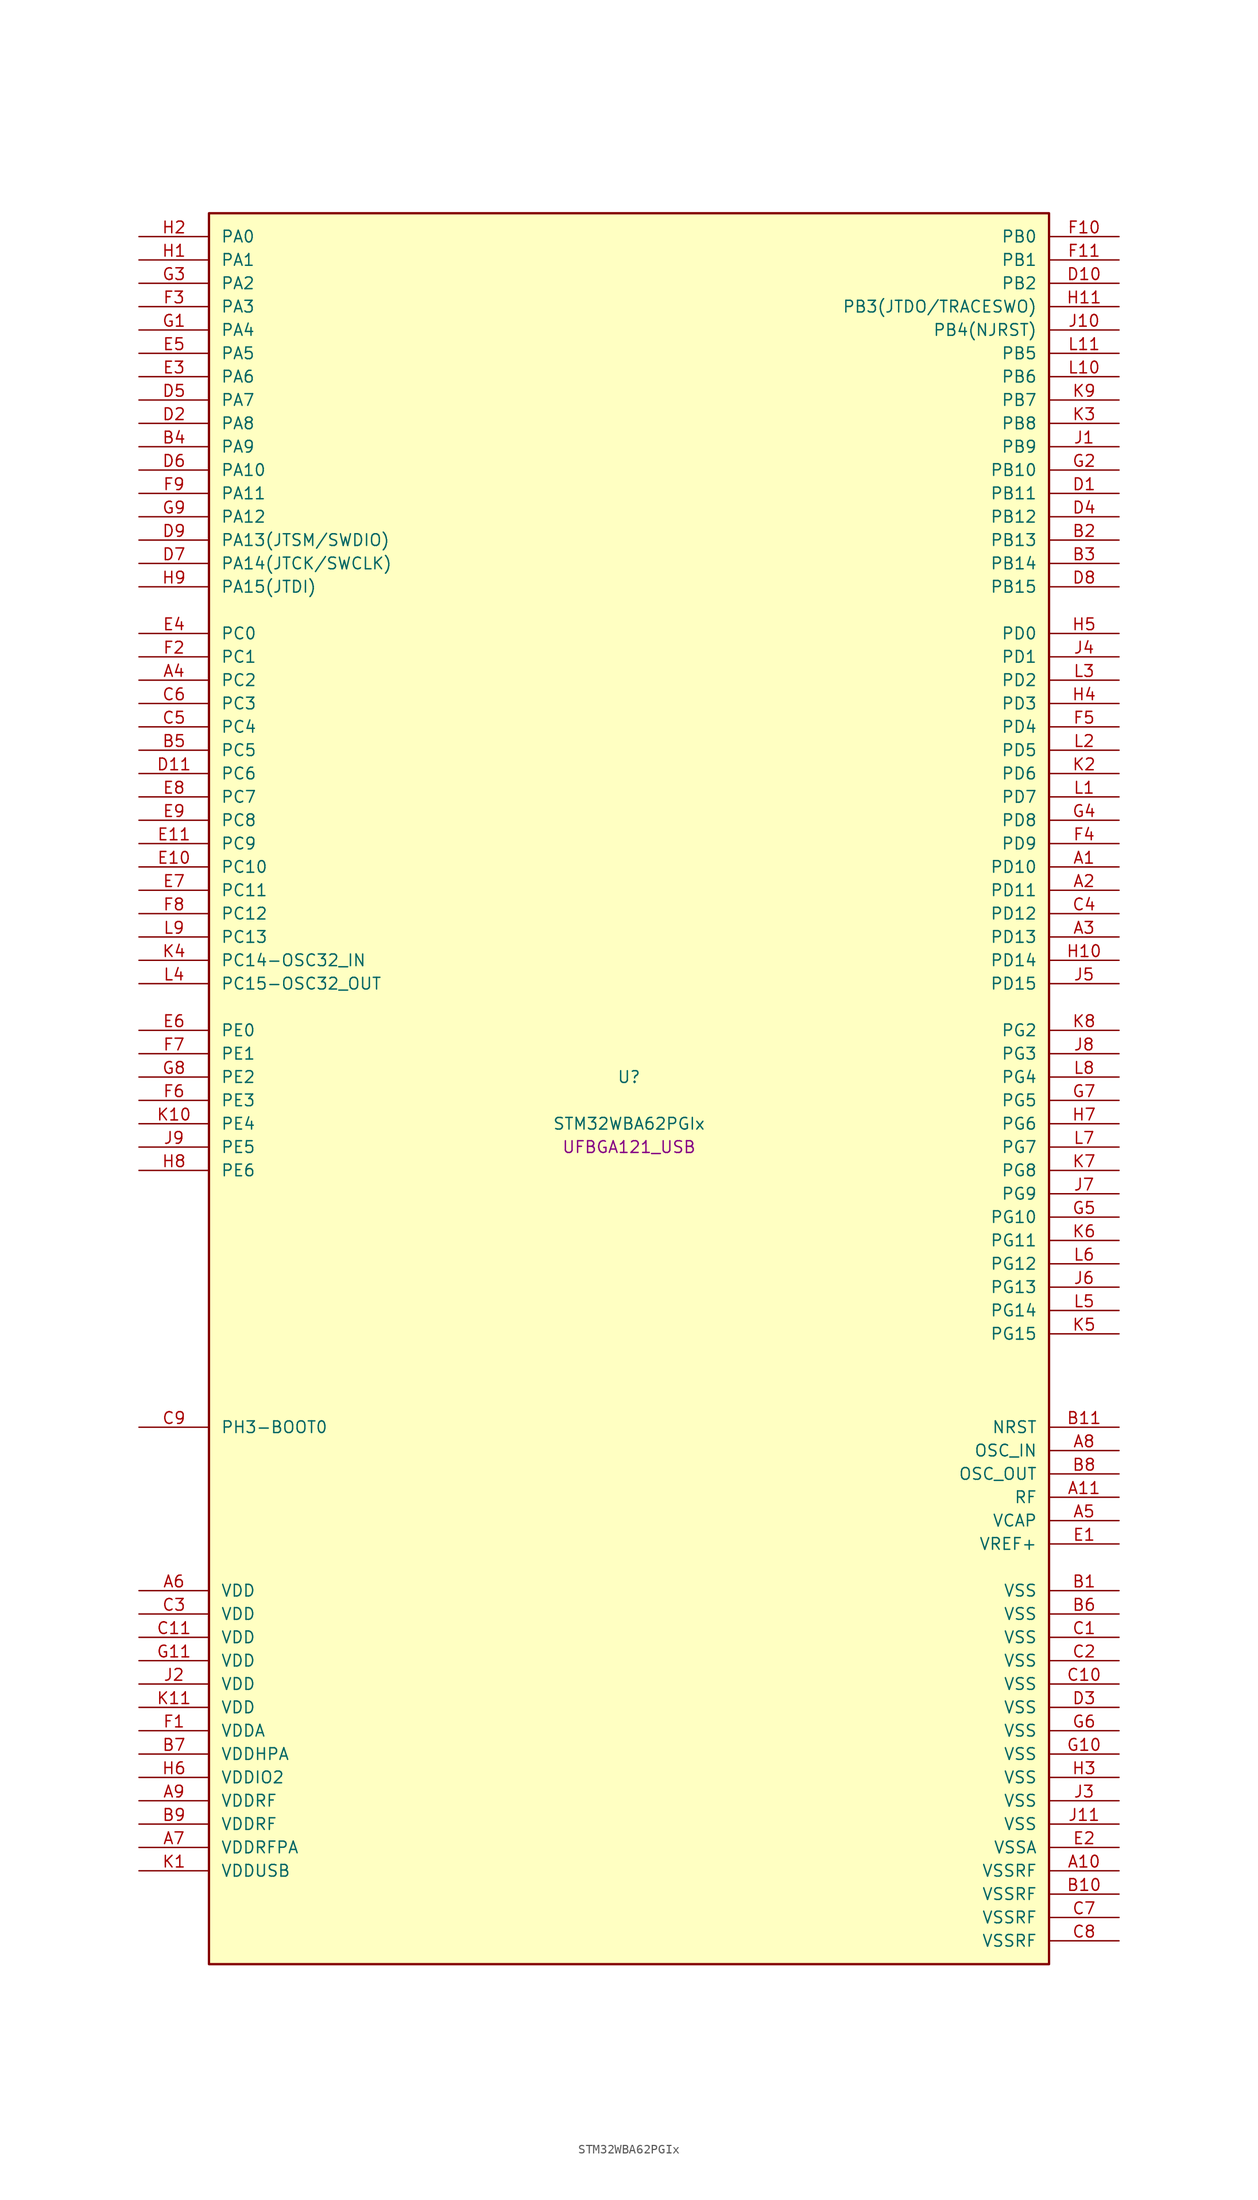
<source format=kicad_sym>
(kicad_symbol_lib
  (version 20241209)
  (generator "stm32_pkl_generator")
  (generator_version "1.0")
  (symbol "STM32WBA62PGIx"
    (pin_names
      (offset 1.27))
    (property "Reference" "U"
      (at 0 2.54 0))
    (property "Value" "STM32WBA62PGIx"
      (at 0 -2.54 0))
    (property "Footprint" "UFBGA121_USB"
      (at 0 -5.08 0))
    (symbol "STM32WBA62PGIx_1_1"
      (rectangle (start -45.72 96.52) (end 45.72 -93.98) (stroke (width 0.254) (type solid)) (fill (type background)))
      (pin bidirectional line (at -53.34 93.98 0) (length 7.62) (name "PA0") (number "H2") (alternate "PA0/ADC4_IN9" bidirectional line) (alternate "PA0/COMP2_INP" bidirectional line) (alternate "PA0/LPTIM1_IN1" bidirectional line) (alternate "PA0/LPUART1_CTS" bidirectional line) (alternate "PA0/PWR_WKUP1" bidirectional line) (alternate "PA0/SPI3_SCK" bidirectional line) (alternate "PA0/TIM1_CH2N" bidirectional line) (alternate "PA0/TIM3_CH3" bidirectional line) (alternate "PA0/TIM3_ETR" bidirectional line) (alternate "PA0/TSC_G2_IO2" bidirectional line))
      (pin bidirectional line (at -53.34 91.44 0) (length 7.62) (name "PA1") (number "H1") (alternate "PA1/ADC4_IN8" bidirectional line) (alternate "PA1/COMP1_INM" bidirectional line) (alternate "PA1/LPTIM2_CH2" bidirectional line) (alternate "PA1/LPUART1_RX" bidirectional line) (alternate "PA1/PWR_WKUP3" bidirectional line) (alternate "PA1/SAI1_CK1" bidirectional line) (alternate "PA1/SPI1_RDY" bidirectional line) (alternate "PA1/SPI3_MISO" bidirectional line) (alternate "PA1/TIM17_CH1" bidirectional line) (alternate "PA1/TIM1_CH1N" bidirectional line) (alternate "PA1/TIM3_CH2" bidirectional line) (alternate "PA1/TSC_G2_IO1" bidirectional line) (alternate "PA1/USART1_CK" bidirectional line))
      (pin bidirectional line (at -53.34 88.9 0) (length 7.62) (name "PA2") (number "G3") (alternate "PA2/ADC4_IN7" bidirectional line) (alternate "PA2/COMP1_INP" bidirectional line) (alternate "PA2/LPUART1_TX" bidirectional line) (alternate "PA2/PWR_WKUP4" bidirectional line) (alternate "PA2/RCC_LSCO" bidirectional line) (alternate "PA2/SAI1_D1" bidirectional line) (alternate "PA2/TIM16_CH1" bidirectional line) (alternate "PA2/TIM1_BKIN" bidirectional line) (alternate "PA2/TIM3_CH1" bidirectional line) (alternate "PA2/TSC_G4_IO4" bidirectional line) (alternate "PA2/USART1_DE" bidirectional line) (alternate "PA2/USART1_RTS" bidirectional line))
      (pin bidirectional line (at -53.34 86.36 0) (length 7.62) (name "PA3") (number "F3") (alternate "PA3/ADC4_IN6" bidirectional line) (alternate "PA3/PWR_WKUP5" bidirectional line) (alternate "PA3/TIM16_CH1N" bidirectional line) (alternate "PA3/TSC_G4_IO2" bidirectional line) (alternate "PA3/USART1_DE" bidirectional line) (alternate "PA3/USART1_RTS" bidirectional line))
      (pin bidirectional line (at -53.34 83.82 0) (length 7.62) (name "PA4") (number "G1") (alternate "PA4/ADC4_IN5" bidirectional line) (alternate "PA4/AUDIOCLK" bidirectional line) (alternate "PA4/PWR_WKUP2" bidirectional line) (alternate "PA4/TAMP_IN6" bidirectional line) (alternate "PA4/TAMP_OUT3" bidirectional line) (alternate "PA4/TIM16_CH1" bidirectional line) (alternate "PA4/TSC_G4_IO1" bidirectional line) (alternate "PA4/USART1_CTS" bidirectional line))
      (pin bidirectional line (at -53.34 81.28 0) (length 7.62) (name "PA5") (number "E5") (alternate "PA5/ADC4_IN4" bidirectional line) (alternate "PA5/AUDIOCLK" bidirectional line) (alternate "PA5/LPTIM2_ETR" bidirectional line) (alternate "PA5/PWR_CSLEEP" bidirectional line) (alternate "PA5/PWR_WKUP6" bidirectional line) (alternate "PA5/SAI1_D2" bidirectional line) (alternate "PA5/SPI3_NSS" bidirectional line) (alternate "PA5/TIM2_CH1" bidirectional line) (alternate "PA5/TIM2_ETR" bidirectional line) (alternate "PA5/TSC_G1_IO4" bidirectional line) (alternate "PA5/USART1_CK" bidirectional line) (alternate "PA5/USART3_RX" bidirectional line))
      (pin bidirectional line (at -53.34 78.74 0) (length 7.62) (name "PA6") (number "E3") (alternate "PA6/ADC4_IN3" bidirectional line) (alternate "PA6/I2C3_SCL" bidirectional line) (alternate "PA6/PWR_CSTOP" bidirectional line) (alternate "PA6/PWR_WKUP7" bidirectional line) (alternate "PA6/SAI1_CK2" bidirectional line) (alternate "PA6/SAI1_MCLK_A" bidirectional line) (alternate "PA6/SPI3_RDY" bidirectional line) (alternate "PA6/TIM2_CH4" bidirectional line) (alternate "PA6/TSC_G1_IO3" bidirectional line) (alternate "PA6/USART1_DE" bidirectional line) (alternate "PA6/USART1_RTS" bidirectional line) (alternate "PA6/USART3_CTS" bidirectional line))
      (pin bidirectional line (at -53.34 76.2 0) (length 7.62) (name "PA7") (number "D5") (alternate "PA7/ADC4_IN2" bidirectional line) (alternate "PA7/COMP1_OUT" bidirectional line) (alternate "PA7/I2C3_SDA" bidirectional line) (alternate "PA7/PWR_WKUP8" bidirectional line) (alternate "PA7/SAI1_SCK_A" bidirectional line) (alternate "PA7/SPI3_SCK" bidirectional line) (alternate "PA7/TAMP_IN1" bidirectional line) (alternate "PA7/TAMP_OUT2" bidirectional line) (alternate "PA7/TIM2_CH3" bidirectional line) (alternate "PA7/TSC_G1_IO2" bidirectional line) (alternate "PA7/USART1_CTS" bidirectional line) (alternate "PA7/USART3_TX" bidirectional line))
      (pin bidirectional line (at -53.34 73.66 0) (length 7.62) (name "PA8") (number "D2") (alternate "PA8/ADC4_IN1" bidirectional line) (alternate "PA8/LPTIM1_CH2" bidirectional line) (alternate "PA8/RCC_MCO" bidirectional line) (alternate "PA8/SAI1_FS_A" bidirectional line) (alternate "PA8/SPI3_RDY" bidirectional line) (alternate "PA8/TIM2_CH2" bidirectional line) (alternate "PA8/TSC_G1_IO1" bidirectional line) (alternate "PA8/USART1_RX" bidirectional line) (alternate "PA8/USB_OTG_HS_SOF" bidirectional line))
      (pin bidirectional line (at -53.34 71.12 0) (length 7.62) (name "PA9") (number "B4") (alternate "PA9/LPUART1_DE" bidirectional line) (alternate "PA9/LPUART1_RTS" bidirectional line) (alternate "PA9/SAI1_CK1" bidirectional line) (alternate "PA9/SPI2_MISO" bidirectional line) (alternate "PA9/SPI2_SCK" bidirectional line) (alternate "PA9/TIM3_CH2" bidirectional line))
      (pin bidirectional line (at -53.34 68.58 0) (length 7.62) (name "PA10") (number "D6") (alternate "PA10/LPUART1_RX" bidirectional line) (alternate "PA10/SAI1_D1" bidirectional line) (alternate "PA10/SPI2_NSS" bidirectional line) (alternate "PA10/TIM3_CH1" bidirectional line))
      (pin bidirectional line (at -53.34 66.04 0) (length 7.62) (name "PA11") (number "F9") (alternate "PA11/LPTIM2_CH1" bidirectional line) (alternate "PA11/RF_ANTSW1" bidirectional line) (alternate "PA11/TIM1_CH1" bidirectional line) (alternate "PA11/USART2_RX" bidirectional line))
      (pin bidirectional line (at -53.34 63.5 0) (length 7.62) (name "PA12") (number "G9") (alternate "PA12/COMP2_OUT" bidirectional line) (alternate "PA12/PTA_STATUS" bidirectional line) (alternate "PA12/PWR_WKUP6" bidirectional line) (alternate "PA12/RF_ANTSW0" bidirectional line) (alternate "PA12/SPI1_NSS" bidirectional line) (alternate "PA12/TIM1_CH2" bidirectional line) (alternate "PA12/TSC_G3_IO4" bidirectional line) (alternate "PA12/USART2_TX" bidirectional line))
      (pin bidirectional line (at -53.34 60.96 0) (length 7.62) (name "PA13(JTSM/SWDIO)") (number "D9") (alternate "PA13(JTSM/SWDIO)/DEBUG_JTMS-SWDIO" bidirectional line) (alternate "PA13(JTSM/SWDIO)/IR_OUT" bidirectional line) (alternate "PA13(JTSM/SWDIO)/PTA_PRIORITY" bidirectional line))
      (pin bidirectional line (at -53.34 58.42 0) (length 7.62) (name "PA14(JTCK/SWCLK)") (number "D7") (alternate "PA14(JTCK/SWCLK)/COMP2_OUT" bidirectional line) (alternate "PA14(JTCK/SWCLK)/DEBUG_JTCK-SWCLK" bidirectional line) (alternate "PA14(JTCK/SWCLK)/I2C4_SMBA" bidirectional line) (alternate "PA14(JTCK/SWCLK)/PTA_STATUS" bidirectional line) (alternate "PA14(JTCK/SWCLK)/TAMP_IN3" bidirectional line) (alternate "PA14(JTCK/SWCLK)/TAMP_OUT6" bidirectional line) (alternate "PA14(JTCK/SWCLK)/USART2_TX" bidirectional line) (alternate "PA14(JTCK/SWCLK)/USB_OTG_HS_SOF" bidirectional line))
      (pin bidirectional line (at -53.34 55.88 0) (length 7.62) (name "PA15(JTDI)") (number "H9") (alternate "PA15(JTDI)/ADC4_EXTI15" bidirectional line) (alternate "PA15(JTDI)/DEBUG_JTDI" bidirectional line) (alternate "PA15(JTDI)/I2C1_SCL" bidirectional line) (alternate "PA15(JTDI)/LPTIM1_CH2" bidirectional line) (alternate "PA15(JTDI)/PTA_STATUS" bidirectional line) (alternate "PA15(JTDI)/SPI1_MOSI" bidirectional line) (alternate "PA15(JTDI)/TIM17_BKIN" bidirectional line) (alternate "PA15(JTDI)/TIM1_ETR" bidirectional line) (alternate "PA15(JTDI)/TSC_G3_IO3" bidirectional line) (alternate "PA15(JTDI)/USART2_DE" bidirectional line) (alternate "PA15(JTDI)/USART2_RTS" bidirectional line) (alternate "PA15(JTDI)/USART3_DE" bidirectional line) (alternate "PA15(JTDI)/USART3_RTS" bidirectional line))
      (pin bidirectional line (at 53.34 93.98 180) (length 7.62) (name "PB0") (number "F10") (alternate "PB0/LPTIM2_IN2" bidirectional line) (alternate "PB0/SPI2_MOSI" bidirectional line) (alternate "PB0/TIM1_CH3N" bidirectional line) (alternate "PB0/USART2_TX" bidirectional line) (alternate "PB0/USART3_CK" bidirectional line))
      (pin bidirectional line (at 53.34 91.44 180) (length 7.62) (name "PB1") (number "F11") (alternate "PB1/I2C1_SDA" bidirectional line) (alternate "PB1/I2C3_SDA" bidirectional line) (alternate "PB1/PWR_WKUP4" bidirectional line) (alternate "PB1/TIM1_CH2N" bidirectional line) (alternate "PB1/USART2_DE" bidirectional line) (alternate "PB1/USART2_RTS" bidirectional line) (alternate "PB1/USART3_DE" bidirectional line) (alternate "PB1/USART3_RTS" bidirectional line))
      (pin bidirectional line (at 53.34 88.9 180) (length 7.62) (name "PB2") (number "D10") (alternate "PB2/I2C1_SCL" bidirectional line) (alternate "PB2/I2C3_SCL" bidirectional line) (alternate "PB2/PWR_WKUP1" bidirectional line) (alternate "PB2/RF_ANTSW2" bidirectional line) (alternate "PB2/RTC_OUT2" bidirectional line) (alternate "PB2/TIM1_CH1N" bidirectional line) (alternate "PB2/USART2_CTS" bidirectional line))
      (pin bidirectional line (at 53.34 86.36 180) (length 7.62) (name "PB3(JTDO/TRACESWO)") (number "H11") (alternate "PB3(JTDO/TRACESWO)/DEBUG_JTDO-SWO" bidirectional line) (alternate "PB3(JTDO/TRACESWO)/I2C1_SDA" bidirectional line) (alternate "PB3(JTDO/TRACESWO)/LPTIM1_IN2" bidirectional line) (alternate "PB3(JTDO/TRACESWO)/PTA_ACTIVE" bidirectional line) (alternate "PB3(JTDO/TRACESWO)/SPI1_MISO" bidirectional line) (alternate "PB3(JTDO/TRACESWO)/TIM17_CH1N" bidirectional line) (alternate "PB3(JTDO/TRACESWO)/TIM1_CH4" bidirectional line) (alternate "PB3(JTDO/TRACESWO)/TSC_G3_IO2" bidirectional line) (alternate "PB3(JTDO/TRACESWO)/USART2_CK" bidirectional line))
      (pin bidirectional line (at 53.34 83.82 180) (length 7.62) (name "PB4(NJRST)") (number "J10") (alternate "PB4(NJRST)/DEBUG_NJTRST" bidirectional line) (alternate "PB4(NJRST)/LPTIM2_IN2" bidirectional line) (alternate "PB4(NJRST)/PTA_ACTIVE" bidirectional line) (alternate "PB4(NJRST)/PTA_PRIORITY" bidirectional line) (alternate "PB4(NJRST)/SAI1_MCLK_B" bidirectional line) (alternate "PB4(NJRST)/SPI1_SCK" bidirectional line) (alternate "PB4(NJRST)/TIM17_CH1" bidirectional line) (alternate "PB4(NJRST)/TIM1_CH3" bidirectional line) (alternate "PB4(NJRST)/TSC_G3_IO1" bidirectional line) (alternate "PB4(NJRST)/USART2_RX" bidirectional line))
      (pin bidirectional line (at 53.34 81.28 180) (length 7.62) (name "PB5") (number "L11") (alternate "PB5/LPUART1_TX" bidirectional line) (alternate "PB5/SAI1_D2" bidirectional line) (alternate "PB5/SAI1_FS_B" bidirectional line) (alternate "PB5/TIM3_CH1" bidirectional line) (alternate "PB5/TSC_G5_IO4" bidirectional line))
      (pin bidirectional line (at 53.34 78.74 180) (length 7.62) (name "PB6") (number "L10") (alternate "PB6/PWR_WKUP3" bidirectional line) (alternate "PB6/SAI1_SCK_B" bidirectional line) (alternate "PB6/TIM2_CH1" bidirectional line) (alternate "PB6/TIM2_ETR" bidirectional line) (alternate "PB6/TIM4_CH1" bidirectional line) (alternate "PB6/TSC_G5_IO3" bidirectional line))
      (pin bidirectional line (at 53.34 76.2 180) (length 7.62) (name "PB7") (number "K9") (alternate "PB7/PWR_WKUP5" bidirectional line) (alternate "PB7/SAI1_SD_B" bidirectional line) (alternate "PB7/TAMP_IN5" bidirectional line) (alternate "PB7/TAMP_OUT4" bidirectional line) (alternate "PB7/TIM1_CH4N" bidirectional line) (alternate "PB7/TIM4_CH2" bidirectional line) (alternate "PB7/TSC_G5_IO2" bidirectional line))
      (pin bidirectional line (at 53.34 73.66 180) (length 7.62) (name "PB8") (number "K3") (alternate "PB8/COMP1_OUT" bidirectional line) (alternate "PB8/LPTIM1_ETR" bidirectional line) (alternate "PB8/PWR_PVD_IN" bidirectional line) (alternate "PB8/SPI3_MOSI" bidirectional line) (alternate "PB8/TIM16_CH1N" bidirectional line) (alternate "PB8/TIM1_CH1" bidirectional line) (alternate "PB8/TIM3_ETR" bidirectional line) (alternate "PB8/TIM4_CH3" bidirectional line) (alternate "PB8/TSC_G2_IO4" bidirectional line) (alternate "PB8/USART2_RX" bidirectional line))
      (pin bidirectional line (at 53.34 71.12 180) (length 7.62) (name "PB9") (number "J1") (alternate "PB9/ADC4_IN10" bidirectional line) (alternate "PB9/COMP2_INM" bidirectional line) (alternate "PB9/IR_OUT" bidirectional line) (alternate "PB9/LPTIM2_IN1" bidirectional line) (alternate "PB9/LPUART1_DE" bidirectional line) (alternate "PB9/LPUART1_RTS" bidirectional line) (alternate "PB9/PWR_WKUP8" bidirectional line) (alternate "PB9/SPI2_NSS" bidirectional line) (alternate "PB9/SPI3_MISO" bidirectional line) (alternate "PB9/TIM16_CH1" bidirectional line) (alternate "PB9/TIM1_CH3N" bidirectional line) (alternate "PB9/TIM3_CH4" bidirectional line) (alternate "PB9/TIM4_CH4" bidirectional line) (alternate "PB9/TSC_G2_IO3" bidirectional line))
      (pin bidirectional line (at 53.34 68.58 180) (length 7.62) (name "PB10") (number "G2") (alternate "PB10/I2C2_SCL" bidirectional line) (alternate "PB10/I2C4_SCL" bidirectional line) (alternate "PB10/SPI2_SCK" bidirectional line) (alternate "PB10/TIM16_BKIN" bidirectional line) (alternate "PB10/TSC_G4_IO3" bidirectional line) (alternate "PB10/USART1_CK" bidirectional line) (alternate "PB10/USART3_TX" bidirectional line))
      (pin bidirectional line (at 53.34 66.04 180) (length 7.62) (name "PB11") (number "D1") (alternate "PB11/I2C2_SDA" bidirectional line) (alternate "PB11/I2C4_SDA" bidirectional line) (alternate "PB11/LPTIM1_CH1" bidirectional line) (alternate "PB11/LPTIM1_ETR" bidirectional line) (alternate "PB11/LPUART1_TX" bidirectional line) (alternate "PB11/SPI2_RDY" bidirectional line) (alternate "PB11/USART3_RX" bidirectional line))
      (pin bidirectional line (at 53.34 63.5 180) (length 7.62) (name "PB12") (number "D4") (alternate "PB12/I2C2_SMBA" bidirectional line) (alternate "PB12/SAI1_SD_A" bidirectional line) (alternate "PB12/SPI1_RDY" bidirectional line) (alternate "PB12/SPI2_NSS" bidirectional line) (alternate "PB12/TIM2_CH1" bidirectional line) (alternate "PB12/TIM2_ETR" bidirectional line) (alternate "PB12/TIM3_ETR" bidirectional line) (alternate "PB12/TSC_SYNC" bidirectional line) (alternate "PB12/USART1_TX" bidirectional line) (alternate "PB12/USART3_CK" bidirectional line))
      (pin bidirectional line (at 53.34 60.96 180) (length 7.62) (name "PB13") (number "B2") (alternate "PB13/I2C2_SCL" bidirectional line) (alternate "PB13/SPI2_SCK" bidirectional line) (alternate "PB13/TIM3_CH4" bidirectional line) (alternate "PB13/TSC_G6_IO2" bidirectional line) (alternate "PB13/USART3_CTS" bidirectional line))
      (pin bidirectional line (at 53.34 58.42 180) (length 7.62) (name "PB14") (number "B3") (alternate "PB14/I2C2_SDA" bidirectional line) (alternate "PB14/PWR_WKUP7" bidirectional line) (alternate "PB14/RTC_REFIN" bidirectional line) (alternate "PB14/SAI1_SD_A" bidirectional line) (alternate "PB14/SPI2_MISO" bidirectional line) (alternate "PB14/TIM3_CH3" bidirectional line) (alternate "PB14/TSC_G6_IO1" bidirectional line) (alternate "PB14/USART1_TX" bidirectional line) (alternate "PB14/USART3_DE" bidirectional line) (alternate "PB14/USART3_RTS" bidirectional line))
      (pin bidirectional line (at 53.34 55.88 180) (length 7.62) (name "PB15") (number "D8") (alternate "PB15/ADC4_EXTI15" bidirectional line) (alternate "PB15/I2C1_SMBA" bidirectional line) (alternate "PB15/I2C3_SMBA" bidirectional line) (alternate "PB15/LPUART1_CTS" bidirectional line) (alternate "PB15/PTA_GRANT" bidirectional line) (alternate "PB15/RF_EXTPABYP" bidirectional line) (alternate "PB15/TIM16_BKIN" bidirectional line) (alternate "PB15/TIM1_BKIN2" bidirectional line) (alternate "PB15/USART2_CTS" bidirectional line))
      (pin bidirectional line (at -53.34 50.8 0) (length 7.62) (name "PC0") (number "E4") (alternate "PC0/I2C3_SCL" bidirectional line) (alternate "PC0/LPTIM1_IN1" bidirectional line) (alternate "PC0/LPTIM2_IN1" bidirectional line) (alternate "PC0/LPUART1_RX" bidirectional line) (alternate "PC0/SPI2_RDY" bidirectional line))
      (pin bidirectional line (at -53.34 48.26 0) (length 7.62) (name "PC1") (number "F2") (alternate "PC1/I2C3_SDA" bidirectional line) (alternate "PC1/LPTIM1_CH1" bidirectional line) (alternate "PC1/LPUART1_TX" bidirectional line) (alternate "PC1/SAI1_SD_A" bidirectional line) (alternate "PC1/SPI2_MOSI" bidirectional line))
      (pin bidirectional line (at -53.34 45.72 0) (length 7.62) (name "PC2") (number "A4") (alternate "PC2/LPTIM1_IN2" bidirectional line) (alternate "PC2/SPI2_MISO" bidirectional line))
      (pin bidirectional line (at -53.34 43.18 0) (length 7.62) (name "PC3") (number "C6") (alternate "PC3/LPTIM1_ETR" bidirectional line) (alternate "PC3/LPTIM2_ETR" bidirectional line) (alternate "PC3/SAI1_D1" bidirectional line) (alternate "PC3/SAI1_SD_A" bidirectional line) (alternate "PC3/SPI2_MOSI" bidirectional line) (alternate "PC3/SPI3_MOSI" bidirectional line) (alternate "PC3/TIM3_CH1" bidirectional line))
      (pin bidirectional line (at -53.34 40.64 0) (length 7.62) (name "PC4") (number "C5") (alternate "PC4/LPTIM2_CH2" bidirectional line) (alternate "PC4/SAI1_D2" bidirectional line) (alternate "PC4/SAI1_FS_A" bidirectional line) (alternate "PC4/SPI3_MISO" bidirectional line) (alternate "PC4/TIM3_CH2" bidirectional line) (alternate "PC4/USART3_TX" bidirectional line))
      (pin bidirectional line (at -53.34 38.1 0) (length 7.62) (name "PC5") (number "B5") (alternate "PC5/SAI1_D3" bidirectional line) (alternate "PC5/SAI1_SD_B" bidirectional line) (alternate "PC5/TIM1_CH4N" bidirectional line) (alternate "PC5/USART3_RX" bidirectional line))
      (pin bidirectional line (at -53.34 35.56 0) (length 7.62) (name "PC6") (number "D11") (alternate "PC6/PWR_CSLEEP" bidirectional line) (alternate "PC6/TIM3_CH1" bidirectional line))
      (pin bidirectional line (at -53.34 33.02 0) (length 7.62) (name "PC7") (number "E8") (alternate "PC7/LPTIM2_CH2" bidirectional line) (alternate "PC7/PWR_CSTOP" bidirectional line) (alternate "PC7/TIM3_CH2" bidirectional line) (alternate "PC7/USART2_DE" bidirectional line) (alternate "PC7/USART2_RTS" bidirectional line))
      (pin bidirectional line (at -53.34 30.48 0) (length 7.62) (name "PC8") (number "E9") (alternate "PC8/TIM3_CH3" bidirectional line) (alternate "PC8/USART2_RX" bidirectional line))
      (pin bidirectional line (at -53.34 27.94 0) (length 7.62) (name "PC9") (number "E11") (alternate "PC9/TIM3_CH4" bidirectional line) (alternate "PC9/USART2_TX" bidirectional line))
      (pin bidirectional line (at -53.34 25.4 0) (length 7.62) (name "PC10") (number "E10") (alternate "PC10/SPI3_SCK" bidirectional line) (alternate "PC10/USART3_TX" bidirectional line))
      (pin bidirectional line (at -53.34 22.86 0) (length 7.62) (name "PC11") (number "E7") (alternate "PC11/SPI3_MISO" bidirectional line) (alternate "PC11/USART3_RX" bidirectional line))
      (pin bidirectional line (at -53.34 20.32 0) (length 7.62) (name "PC12") (number "F8") (alternate "PC12/SPI3_MOSI" bidirectional line) (alternate "PC12/USART3_CK" bidirectional line))
      (pin bidirectional line (at -53.34 17.78 0) (length 7.62) (name "PC13") (number "L9") (alternate "PC13/PWR_WKUP2" bidirectional line) (alternate "PC13/RTC_OUT1" bidirectional line) (alternate "PC13/RTC_TS" bidirectional line) (alternate "PC13/TAMP_IN4" bidirectional line) (alternate "PC13/TAMP_OUT5" bidirectional line) (alternate "PC13/TIM1_BKIN2" bidirectional line) (alternate "PC13/TSC_G5_IO1" bidirectional line))
      (pin bidirectional line (at -53.34 15.24 0) (length 7.62) (name "PC14-OSC32_IN") (number "K4") (alternate "PC14-OSC32_IN/RCC_OSC32_IN" bidirectional line))
      (pin bidirectional line (at -53.34 12.7 0) (length 7.62) (name "PC15-OSC32_OUT") (number "L4") (alternate "PC15-OSC32_OUT/ADC4_EXTI15" bidirectional line) (alternate "PC15-OSC32_OUT/RCC_OSC32_OUT" bidirectional line))
      (pin bidirectional line (at 53.34 50.8 180) (length 7.62) (name "PD0") (number "H5") (alternate "PD0/SPI2_NSS" bidirectional line) (alternate "PD0/TSC_G8_IO3" bidirectional line))
      (pin bidirectional line (at 53.34 48.26 180) (length 7.62) (name "PD1") (number "J4") (alternate "PD1/SPI2_SCK" bidirectional line) (alternate "PD1/TSC_G8_IO2" bidirectional line))
      (pin bidirectional line (at 53.34 45.72 180) (length 7.62) (name "PD2") (number "L3") (alternate "PD2/TIM3_ETR" bidirectional line) (alternate "PD2/TSC_SYNC" bidirectional line) (alternate "PD2/USART3_DE" bidirectional line) (alternate "PD2/USART3_RTS" bidirectional line))
      (pin bidirectional line (at 53.34 43.18 180) (length 7.62) (name "PD3") (number "H4") (alternate "PD3/SPI2_MISO" bidirectional line) (alternate "PD3/SPI2_SCK" bidirectional line) (alternate "PD3/TSC_G8_IO1" bidirectional line) (alternate "PD3/USART2_CTS" bidirectional line))
      (pin bidirectional line (at 53.34 40.64 180) (length 7.62) (name "PD4") (number "F5") (alternate "PD4/LPTIM2_IN2" bidirectional line) (alternate "PD4/USART3_RX" bidirectional line))
      (pin bidirectional line (at 53.34 38.1 180) (length 7.62) (name "PD5") (number "L2") (alternate "PD5/SAI1_D1" bidirectional line) (alternate "PD5/SAI1_SD_A" bidirectional line) (alternate "PD5/SPI3_MOSI" bidirectional line) (alternate "PD5/USART2_RX" bidirectional line))
      (pin bidirectional line (at 53.34 35.56 180) (length 7.62) (name "PD6") (number "K2") (alternate "PD6/USB_OTG_HS_DP" bidirectional line))
      (pin bidirectional line (at 53.34 33.02 180) (length 7.62) (name "PD7") (number "L1") (alternate "PD7/USB_OTG_HS_DM" bidirectional line))
      (pin bidirectional line (at 53.34 30.48 180) (length 7.62) (name "PD8") (number "G4") (alternate "PD8/USART2_CK" bidirectional line) (alternate "PD8/USB_OTG_HS_ID" bidirectional line))
      (pin bidirectional line (at 53.34 27.94 180) (length 7.62) (name "PD9") (number "F4") (alternate "PD9/USART2_TX" bidirectional line) (alternate "PD9/USART3_TX" bidirectional line) (alternate "PD9/USB_OTG_HS_VBUS" bidirectional line))
      (pin bidirectional line (at 53.34 25.4 180) (length 7.62) (name "PD10") (number "A1") (alternate "PD10/LPTIM2_CH2" bidirectional line) (alternate "PD10/USART3_CK" bidirectional line))
      (pin bidirectional line (at 53.34 22.86 180) (length 7.62) (name "PD11") (number "A2") (alternate "PD11/I2C4_SMBA" bidirectional line) (alternate "PD11/LPTIM2_ETR" bidirectional line) (alternate "PD11/USART3_CTS" bidirectional line))
      (pin bidirectional line (at 53.34 20.32 180) (length 7.62) (name "PD12") (number "C4") (alternate "PD12/I2C4_SCL" bidirectional line) (alternate "PD12/LPTIM2_IN1" bidirectional line) (alternate "PD12/TIM4_CH1" bidirectional line) (alternate "PD12/TSC_G6_IO3" bidirectional line) (alternate "PD12/USART3_DE" bidirectional line) (alternate "PD12/USART3_RTS" bidirectional line))
      (pin bidirectional line (at 53.34 17.78 180) (length 7.62) (name "PD13") (number "A3") (alternate "PD13/I2C4_SDA" bidirectional line) (alternate "PD13/LPTIM2_CH1" bidirectional line) (alternate "PD13/TIM4_CH2" bidirectional line) (alternate "PD13/TSC_G6_IO4" bidirectional line))
      (pin bidirectional line (at 53.34 15.24 180) (length 7.62) (name "PD14") (number "H10") (alternate "PD14/DEBUG_TRACED3" bidirectional line) (alternate "PD14/TIM4_CH3" bidirectional line))
      (pin bidirectional line (at 53.34 12.7 180) (length 7.62) (name "PD15") (number "J5") (alternate "PD15/ADC4_EXTI15" bidirectional line) (alternate "PD15/TIM4_CH4" bidirectional line) (alternate "PD15/TSC_G8_IO4" bidirectional line))
      (pin bidirectional line (at -53.34 7.62 0) (length 7.62) (name "PE0") (number "E6") (alternate "PE0/DEBUG_TRACECLK" bidirectional line) (alternate "PE0/TIM16_CH1" bidirectional line) (alternate "PE0/TIM4_ETR" bidirectional line) (alternate "PE0/TSC_G7_IO4" bidirectional line))
      (pin bidirectional line (at -53.34 5.08 0) (length 7.62) (name "PE1") (number "F7") (alternate "PE1/DEBUG_TRACED0" bidirectional line) (alternate "PE1/TIM17_CH1" bidirectional line) (alternate "PE1/TSC_G7_IO3" bidirectional line))
      (pin bidirectional line (at -53.34 2.54 0) (length 7.62) (name "PE2") (number "G8") (alternate "PE2/DEBUG_TRACED1" bidirectional line) (alternate "PE2/SAI1_CK1" bidirectional line) (alternate "PE2/SAI1_MCLK_A" bidirectional line) (alternate "PE2/TIM3_ETR" bidirectional line) (alternate "PE2/TSC_G7_IO2" bidirectional line))
      (pin bidirectional line (at -53.34 0 0) (length 7.62) (name "PE3") (number "F6") (alternate "PE3/DEBUG_TRACED2" bidirectional line) (alternate "PE3/SAI1_SD_B" bidirectional line) (alternate "PE3/TIM3_CH1" bidirectional line) (alternate "PE3/TSC_G7_IO1" bidirectional line))
      (pin bidirectional line (at -53.34 -2.54 0) (length 7.62) (name "PE4") (number "K10") (alternate "PE4/SAI1_D2" bidirectional line) (alternate "PE4/SAI1_FS_A" bidirectional line) (alternate "PE4/TIM3_CH2" bidirectional line))
      (pin bidirectional line (at -53.34 -5.08 0) (length 7.62) (name "PE5") (number "J9") (alternate "PE5/SAI1_CK2" bidirectional line) (alternate "PE5/SAI1_SCK_A" bidirectional line) (alternate "PE5/TIM3_CH3" bidirectional line))
      (pin bidirectional line (at -53.34 -7.62 0) (length 7.62) (name "PE6") (number "H8") (alternate "PE6/SAI1_D1" bidirectional line) (alternate "PE6/SAI1_SD_A" bidirectional line) (alternate "PE6/TIM3_CH4" bidirectional line))
      (pin bidirectional line (at 53.34 7.62 180) (length 7.62) (name "PG2") (number "K8") (alternate "PG2/SAI1_SCK_B" bidirectional line) (alternate "PG2/SPI1_SCK" bidirectional line))
      (pin bidirectional line (at 53.34 5.08 180) (length 7.62) (name "PG3") (number "J8") (alternate "PG3/SAI1_FS_B" bidirectional line) (alternate "PG3/SPI1_MISO" bidirectional line))
      (pin bidirectional line (at 53.34 2.54 180) (length 7.62) (name "PG4") (number "L8") (alternate "PG4/SAI1_MCLK_B" bidirectional line) (alternate "PG4/SPI1_MOSI" bidirectional line))
      (pin bidirectional line (at 53.34 0 180) (length 7.62) (name "PG5") (number "G7") (alternate "PG5/LPUART1_CTS" bidirectional line) (alternate "PG5/SAI1_SD_B" bidirectional line) (alternate "PG5/SPI1_NSS" bidirectional line))
      (pin bidirectional line (at 53.34 -2.54 180) (length 7.62) (name "PG6") (number "H7") (alternate "PG6/I2C3_SMBA" bidirectional line) (alternate "PG6/LPUART1_DE" bidirectional line) (alternate "PG6/LPUART1_RTS" bidirectional line) (alternate "PG6/SPI1_RDY" bidirectional line))
      (pin bidirectional line (at 53.34 -5.08 180) (length 7.62) (name "PG7") (number "L7") (alternate "PG7/I2C3_SCL" bidirectional line) (alternate "PG7/LPUART1_TX" bidirectional line) (alternate "PG7/SAI1_CK1" bidirectional line) (alternate "PG7/SAI1_MCLK_A" bidirectional line))
      (pin bidirectional line (at 53.34 -7.62 180) (length 7.62) (name "PG8") (number "K7") (alternate "PG8/I2C3_SDA" bidirectional line) (alternate "PG8/LPUART1_RX" bidirectional line))
      (pin bidirectional line (at 53.34 -10.16 180) (length 7.62) (name "PG9") (number "J7") (alternate "PG9/SAI1_SCK_A" bidirectional line) (alternate "PG9/SPI3_SCK" bidirectional line) (alternate "PG9/USART1_TX" bidirectional line))
      (pin bidirectional line (at 53.34 -12.7 180) (length 7.62) (name "PG10") (number "G5") (alternate "PG10/LPTIM1_IN1" bidirectional line) (alternate "PG10/SAI1_FS_A" bidirectional line) (alternate "PG10/SPI3_MISO" bidirectional line) (alternate "PG10/USART1_RX" bidirectional line))
      (pin bidirectional line (at 53.34 -15.24 180) (length 7.62) (name "PG11") (number "K6") (alternate "PG11/LPTIM1_IN2" bidirectional line) (alternate "PG11/SAI1_MCLK_A" bidirectional line) (alternate "PG11/SPI3_MOSI" bidirectional line) (alternate "PG11/USART1_CTS" bidirectional line))
      (pin bidirectional line (at 53.34 -17.78 180) (length 7.62) (name "PG12") (number "L6") (alternate "PG12/LPTIM1_ETR" bidirectional line) (alternate "PG12/SAI1_SD_A" bidirectional line) (alternate "PG12/SPI3_NSS" bidirectional line) (alternate "PG12/USART1_DE" bidirectional line) (alternate "PG12/USART1_RTS" bidirectional line))
      (pin bidirectional line (at 53.34 -20.32 180) (length 7.62) (name "PG13") (number "J6") (alternate "PG13/I2C1_SDA" bidirectional line) (alternate "PG13/SPI3_RDY" bidirectional line) (alternate "PG13/USART1_CK" bidirectional line))
      (pin bidirectional line (at 53.34 -22.86 180) (length 7.62) (name "PG14") (number "L5") (alternate "PG14/I2C1_SCL" bidirectional line) (alternate "PG14/LPTIM1_CH2" bidirectional line))
      (pin bidirectional line (at 53.34 -25.4 180) (length 7.62) (name "PG15") (number "K5") (alternate "PG15/ADC4_EXTI15" bidirectional line) (alternate "PG15/I2C1_SMBA" bidirectional line) (alternate "PG15/LPTIM1_CH1" bidirectional line))
      (pin bidirectional line (at -53.34 -35.56 0) (length 7.62) (name "PH3-BOOT0") (number "C9") (alternate "PH3-BOOT0/PTA_GRANT" bidirectional line) (alternate "PH3-BOOT0/RF_EXTPABYP" bidirectional line) (alternate "PH3-BOOT0/TAMP_IN2" bidirectional line) (alternate "PH3-BOOT0/TAMP_OUT1" bidirectional line))
      (pin input line (at 53.34 -35.56 180) (length 7.62) (name "NRST") (number "B11"))
      (pin bidirectional line (at 53.34 -38.1 180) (length 7.62) (name "OSC_IN") (number "A8") (alternate "OSC_IN/RCC_OSC_IN" bidirectional line))
      (pin bidirectional line (at 53.34 -40.64 180) (length 7.62) (name "OSC_OUT") (number "B8") (alternate "OSC_OUT/RCC_OSC_OUT" bidirectional line))
      (pin bidirectional line (at 53.34 -43.18 180) (length 7.62) (name "RF") (number "A11"))
      (pin power_in line (at 53.34 -45.72 180) (length 7.62) (name "VCAP") (number "A5"))
      (pin bidirectional line (at 53.34 -48.26 180) (length 7.62) (name "VREF+") (number "E1"))
      (pin power_in line (at -53.34 -53.34 0) (length 7.62) (name "VDD") (number "A6"))
      (pin power_in line (at -53.34 -55.88 0) (length 7.62) (name "VDD") (number "C3"))
      (pin power_in line (at -53.34 -58.42 0) (length 7.62) (name "VDD") (number "C11"))
      (pin power_in line (at -53.34 -60.96 0) (length 7.62) (name "VDD") (number "G11"))
      (pin power_in line (at -53.34 -63.5 0) (length 7.62) (name "VDD") (number "J2"))
      (pin power_in line (at -53.34 -66.04 0) (length 7.62) (name "VDD") (number "K11"))
      (pin power_in line (at -53.34 -68.58 0) (length 7.62) (name "VDDA") (number "F1"))
      (pin power_in line (at -53.34 -71.12 0) (length 7.62) (name "VDDHPA") (number "B7"))
      (pin power_in line (at -53.34 -73.66 0) (length 7.62) (name "VDDIO2") (number "H6"))
      (pin power_in line (at -53.34 -76.2 0) (length 7.62) (name "VDDRF") (number "A9"))
      (pin power_in line (at -53.34 -78.74 0) (length 7.62) (name "VDDRF") (number "B9"))
      (pin power_in line (at -53.34 -81.28 0) (length 7.62) (name "VDDRFPA") (number "A7"))
      (pin power_in line (at -53.34 -83.82 0) (length 7.62) (name "VDDUSB") (number "K1"))
      (pin power_in line (at 53.34 -53.34 180) (length 7.62) (name "VSS") (number "B1"))
      (pin power_in line (at 53.34 -55.88 180) (length 7.62) (name "VSS") (number "B6"))
      (pin power_in line (at 53.34 -58.42 180) (length 7.62) (name "VSS") (number "C1"))
      (pin power_in line (at 53.34 -60.96 180) (length 7.62) (name "VSS") (number "C2"))
      (pin power_in line (at 53.34 -63.5 180) (length 7.62) (name "VSS") (number "C10"))
      (pin power_in line (at 53.34 -66.04 180) (length 7.62) (name "VSS") (number "D3"))
      (pin power_in line (at 53.34 -68.58 180) (length 7.62) (name "VSS") (number "G6"))
      (pin power_in line (at 53.34 -71.12 180) (length 7.62) (name "VSS") (number "G10"))
      (pin power_in line (at 53.34 -73.66 180) (length 7.62) (name "VSS") (number "H3"))
      (pin power_in line (at 53.34 -76.2 180) (length 7.62) (name "VSS") (number "J3"))
      (pin power_in line (at 53.34 -78.74 180) (length 7.62) (name "VSS") (number "J11"))
      (pin power_in line (at 53.34 -81.28 180) (length 7.62) (name "VSSA") (number "E2"))
      (pin power_in line (at 53.34 -83.82 180) (length 7.62) (name "VSSRF") (number "A10"))
      (pin power_in line (at 53.34 -86.36 180) (length 7.62) (name "VSSRF") (number "B10"))
      (pin power_in line (at 53.34 -88.9 180) (length 7.62) (name "VSSRF") (number "C7"))
      (pin power_in line (at 53.34 -91.44 180) (length 7.62) (name "VSSRF") (number "C8")))))
</source>
